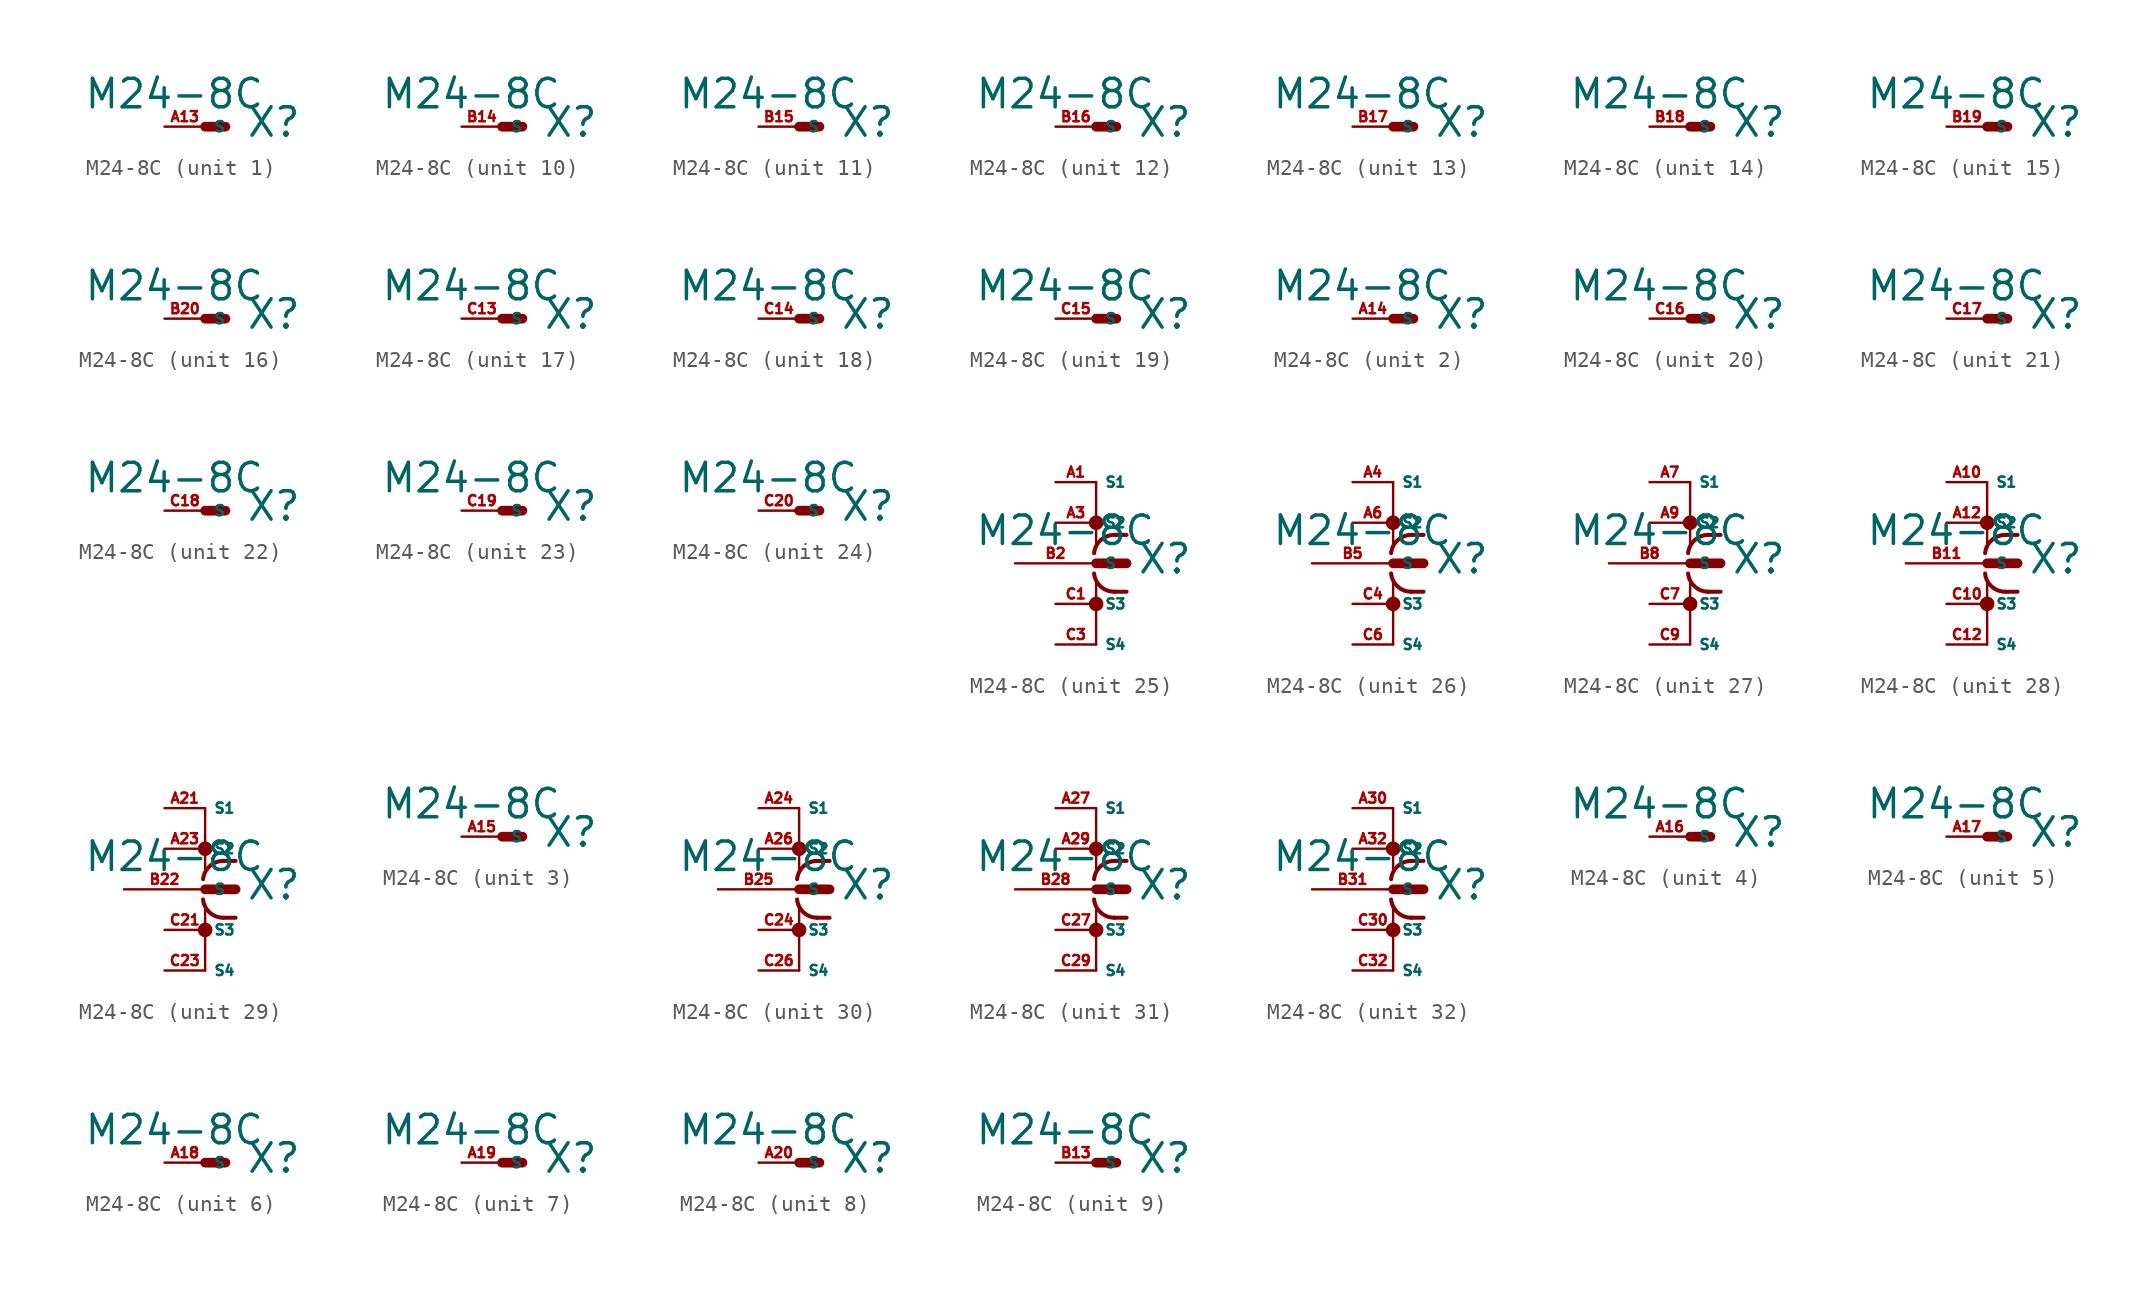
<source format=kicad_sym>
(kicad_symbol_lib
  (version 20220914)
  (generator Eagle2Kicad)
  (symbol "M24-8C"
    (property "Reference" "X"
      (at 2.54 -0.762 0)
      (effects (font (size 1.778 1.778) (thickness 0.22)) (justify left bottom)))
    (property "Value" "M24-8C"
      (at -7.62 1.016 0)
      (effects (font (size 1.778 1.778) (thickness 0.22)) (justify left bottom)))
    (symbol "M24-8C_1_0"
      (polyline (pts (xy 0 0) (xy 1.27 0)) (stroke (width 0.61) (type default)) (fill (type none)))
      (pin passive line (at -2.54 0 0) (length 2.54) (name "S" (effects (font (size 0.635 0.635) (thickness 0.08)) (justify left bottom))) (number "A13" (effects (font (size 0.635 0.635) (thickness 0.08)) (justify left bottom)))))
    (symbol "M24-8C_2_0"
      (polyline (pts (xy 0 0) (xy 1.27 0)) (stroke (width 0.61) (type default)) (fill (type none)))
      (pin passive line (at -2.54 0 0) (length 2.54) (name "S" (effects (font (size 0.635 0.635) (thickness 0.08)) (justify left bottom))) (number "A14" (effects (font (size 0.635 0.635) (thickness 0.08)) (justify left bottom)))))
    (symbol "M24-8C_3_0"
      (polyline (pts (xy 0 0) (xy 1.27 0)) (stroke (width 0.61) (type default)) (fill (type none)))
      (pin passive line (at -2.54 0 0) (length 2.54) (name "S" (effects (font (size 0.635 0.635) (thickness 0.08)) (justify left bottom))) (number "A15" (effects (font (size 0.635 0.635) (thickness 0.08)) (justify left bottom)))))
    (symbol "M24-8C_4_0"
      (polyline (pts (xy 0 0) (xy 1.27 0)) (stroke (width 0.61) (type default)) (fill (type none)))
      (pin passive line (at -2.54 0 0) (length 2.54) (name "S" (effects (font (size 0.635 0.635) (thickness 0.08)) (justify left bottom))) (number "A16" (effects (font (size 0.635 0.635) (thickness 0.08)) (justify left bottom)))))
    (symbol "M24-8C_5_0"
      (polyline (pts (xy 0 0) (xy 1.27 0)) (stroke (width 0.61) (type default)) (fill (type none)))
      (pin passive line (at -2.54 0 0) (length 2.54) (name "S" (effects (font (size 0.635 0.635) (thickness 0.08)) (justify left bottom))) (number "A17" (effects (font (size 0.635 0.635) (thickness 0.08)) (justify left bottom)))))
    (symbol "M24-8C_6_0"
      (polyline (pts (xy 0 0) (xy 1.27 0)) (stroke (width 0.61) (type default)) (fill (type none)))
      (pin passive line (at -2.54 0 0) (length 2.54) (name "S" (effects (font (size 0.635 0.635) (thickness 0.08)) (justify left bottom))) (number "A18" (effects (font (size 0.635 0.635) (thickness 0.08)) (justify left bottom)))))
    (symbol "M24-8C_7_0"
      (polyline (pts (xy 0 0) (xy 1.27 0)) (stroke (width 0.61) (type default)) (fill (type none)))
      (pin passive line (at -2.54 0 0) (length 2.54) (name "S" (effects (font (size 0.635 0.635) (thickness 0.08)) (justify left bottom))) (number "A19" (effects (font (size 0.635 0.635) (thickness 0.08)) (justify left bottom)))))
    (symbol "M24-8C_8_0"
      (polyline (pts (xy 0 0) (xy 1.27 0)) (stroke (width 0.61) (type default)) (fill (type none)))
      (pin passive line (at -2.54 0 0) (length 2.54) (name "S" (effects (font (size 0.635 0.635) (thickness 0.08)) (justify left bottom))) (number "A20" (effects (font (size 0.635 0.635) (thickness 0.08)) (justify left bottom)))))
    (symbol "M24-8C_9_0"
      (polyline (pts (xy 0 0) (xy 1.27 0)) (stroke (width 0.61) (type default)) (fill (type none)))
      (pin passive line (at -2.54 0 0) (length 2.54) (name "S" (effects (font (size 0.635 0.635) (thickness 0.08)) (justify left bottom))) (number "B13" (effects (font (size 0.635 0.635) (thickness 0.08)) (justify left bottom)))))
    (symbol "M24-8C_10_0"
      (polyline (pts (xy 0 0) (xy 1.27 0)) (stroke (width 0.61) (type default)) (fill (type none)))
      (pin passive line (at -2.54 0 0) (length 2.54) (name "S" (effects (font (size 0.635 0.635) (thickness 0.08)) (justify left bottom))) (number "B14" (effects (font (size 0.635 0.635) (thickness 0.08)) (justify left bottom)))))
    (symbol "M24-8C_11_0"
      (polyline (pts (xy 0 0) (xy 1.27 0)) (stroke (width 0.61) (type default)) (fill (type none)))
      (pin passive line (at -2.54 0 0) (length 2.54) (name "S" (effects (font (size 0.635 0.635) (thickness 0.08)) (justify left bottom))) (number "B15" (effects (font (size 0.635 0.635) (thickness 0.08)) (justify left bottom)))))
    (symbol "M24-8C_12_0"
      (polyline (pts (xy 0 0) (xy 1.27 0)) (stroke (width 0.61) (type default)) (fill (type none)))
      (pin passive line (at -2.54 0 0) (length 2.54) (name "S" (effects (font (size 0.635 0.635) (thickness 0.08)) (justify left bottom))) (number "B16" (effects (font (size 0.635 0.635) (thickness 0.08)) (justify left bottom)))))
    (symbol "M24-8C_13_0"
      (polyline (pts (xy 0 0) (xy 1.27 0)) (stroke (width 0.61) (type default)) (fill (type none)))
      (pin passive line (at -2.54 0 0) (length 2.54) (name "S" (effects (font (size 0.635 0.635) (thickness 0.08)) (justify left bottom))) (number "B17" (effects (font (size 0.635 0.635) (thickness 0.08)) (justify left bottom)))))
    (symbol "M24-8C_14_0"
      (polyline (pts (xy 0 0) (xy 1.27 0)) (stroke (width 0.61) (type default)) (fill (type none)))
      (pin passive line (at -2.54 0 0) (length 2.54) (name "S" (effects (font (size 0.635 0.635) (thickness 0.08)) (justify left bottom))) (number "B18" (effects (font (size 0.635 0.635) (thickness 0.08)) (justify left bottom)))))
    (symbol "M24-8C_15_0"
      (polyline (pts (xy 0 0) (xy 1.27 0)) (stroke (width 0.61) (type default)) (fill (type none)))
      (pin passive line (at -2.54 0 0) (length 2.54) (name "S" (effects (font (size 0.635 0.635) (thickness 0.08)) (justify left bottom))) (number "B19" (effects (font (size 0.635 0.635) (thickness 0.08)) (justify left bottom)))))
    (symbol "M24-8C_16_0"
      (polyline (pts (xy 0 0) (xy 1.27 0)) (stroke (width 0.61) (type default)) (fill (type none)))
      (pin passive line (at -2.54 0 0) (length 2.54) (name "S" (effects (font (size 0.635 0.635) (thickness 0.08)) (justify left bottom))) (number "B20" (effects (font (size 0.635 0.635) (thickness 0.08)) (justify left bottom)))))
    (symbol "M24-8C_17_0"
      (polyline (pts (xy 0 0) (xy 1.27 0)) (stroke (width 0.61) (type default)) (fill (type none)))
      (pin passive line (at -2.54 0 0) (length 2.54) (name "S" (effects (font (size 0.635 0.635) (thickness 0.08)) (justify left bottom))) (number "C13" (effects (font (size 0.635 0.635) (thickness 0.08)) (justify left bottom)))))
    (symbol "M24-8C_18_0"
      (polyline (pts (xy 0 0) (xy 1.27 0)) (stroke (width 0.61) (type default)) (fill (type none)))
      (pin passive line (at -2.54 0 0) (length 2.54) (name "S" (effects (font (size 0.635 0.635) (thickness 0.08)) (justify left bottom))) (number "C14" (effects (font (size 0.635 0.635) (thickness 0.08)) (justify left bottom)))))
    (symbol "M24-8C_19_0"
      (polyline (pts (xy 0 0) (xy 1.27 0)) (stroke (width 0.61) (type default)) (fill (type none)))
      (pin passive line (at -2.54 0 0) (length 2.54) (name "S" (effects (font (size 0.635 0.635) (thickness 0.08)) (justify left bottom))) (number "C15" (effects (font (size 0.635 0.635) (thickness 0.08)) (justify left bottom)))))
    (symbol "M24-8C_20_0"
      (polyline (pts (xy 0 0) (xy 1.27 0)) (stroke (width 0.61) (type default)) (fill (type none)))
      (pin passive line (at -2.54 0 0) (length 2.54) (name "S" (effects (font (size 0.635 0.635) (thickness 0.08)) (justify left bottom))) (number "C16" (effects (font (size 0.635 0.635) (thickness 0.08)) (justify left bottom)))))
    (symbol "M24-8C_21_0"
      (polyline (pts (xy 0 0) (xy 1.27 0)) (stroke (width 0.61) (type default)) (fill (type none)))
      (pin passive line (at -2.54 0 0) (length 2.54) (name "S" (effects (font (size 0.635 0.635) (thickness 0.08)) (justify left bottom))) (number "C17" (effects (font (size 0.635 0.635) (thickness 0.08)) (justify left bottom)))))
    (symbol "M24-8C_22_0"
      (polyline (pts (xy 0 0) (xy 1.27 0)) (stroke (width 0.61) (type default)) (fill (type none)))
      (pin passive line (at -2.54 0 0) (length 2.54) (name "S" (effects (font (size 0.635 0.635) (thickness 0.08)) (justify left bottom))) (number "C18" (effects (font (size 0.635 0.635) (thickness 0.08)) (justify left bottom)))))
    (symbol "M24-8C_23_0"
      (polyline (pts (xy 0 0) (xy 1.27 0)) (stroke (width 0.61) (type default)) (fill (type none)))
      (pin passive line (at -2.54 0 0) (length 2.54) (name "S" (effects (font (size 0.635 0.635) (thickness 0.08)) (justify left bottom))) (number "C19" (effects (font (size 0.635 0.635) (thickness 0.08)) (justify left bottom)))))
    (symbol "M24-8C_24_0"
      (polyline (pts (xy 0 0) (xy 1.27 0)) (stroke (width 0.61) (type default)) (fill (type none)))
      (pin passive line (at -2.54 0 0) (length 2.54) (name "S" (effects (font (size 0.635 0.635) (thickness 0.08)) (justify left bottom))) (number "C20" (effects (font (size 0.635 0.635) (thickness 0.08)) (justify left bottom)))))
    (symbol "M24-8C_25_0"
      (polyline (pts (xy 0 0) (xy 1.905 0)) (stroke (width 0.61) (type default)) (fill (type none)))
      (polyline (pts (xy 0 5.08) (xy 0 1.27)) (stroke (width 0.152) (type default)) (fill (type none)))
      (polyline (pts (xy 0 -5.08) (xy 0 -1.27)) (stroke (width 0.152) (type default)) (fill (type none)))
      (polyline (pts (xy 1.905 1.778) (xy 1.143 1.778)) (stroke (width 0.254) (type default)) (fill (type none)))
      (polyline (pts (xy 1.905 -1.778) (xy 1.143 -1.778)) (stroke (width 0.254) (type default)) (fill (type none)))
      (arc (start 1.143 1.778) (mid 0.287 1.452) (end -0.127 0.635) (stroke (width 0.254) (type default)) (fill (type none)))
      (arc (start -0.127 -0.635) (mid 0.287 -1.452) (end 1.143 -1.778) (stroke (width 0.254) (type default)) (fill (type none)))
      (circle (center 0 2.54) (radius 0.254) (stroke (width 0.406) (type default)) (fill (type none)))
      (circle (center 0 -2.54) (radius 0.254) (stroke (width 0.406) (type default)) (fill (type none)))
      (pin passive line (at -5.08 0 0) (length 5.08) (name "S" (effects (font (size 0.635 0.635) (thickness 0.08)) (justify left bottom))) (number "B2" (effects (font (size 0.635 0.635) (thickness 0.08)) (justify left bottom))))
      (pin passive line (at -2.54 5.08 0) (length 2.54) (name "S1" (effects (font (size 0.635 0.635) (thickness 0.08)) (justify left bottom))) (number "A1" (effects (font (size 0.635 0.635) (thickness 0.08)) (justify left bottom))))
      (pin passive line (at -2.54 2.54 0) (length 2.54) (name "S2" (effects (font (size 0.635 0.635) (thickness 0.08)) (justify left bottom))) (number "A3" (effects (font (size 0.635 0.635) (thickness 0.08)) (justify left bottom))))
      (pin passive line (at -2.54 -2.54 0) (length 2.54) (name "S3" (effects (font (size 0.635 0.635) (thickness 0.08)) (justify left bottom))) (number "C1" (effects (font (size 0.635 0.635) (thickness 0.08)) (justify left bottom))))
      (pin passive line (at -2.54 -5.08 0) (length 2.54) (name "S4" (effects (font (size 0.635 0.635) (thickness 0.08)) (justify left bottom))) (number "C3" (effects (font (size 0.635 0.635) (thickness 0.08)) (justify left bottom)))))
    (symbol "M24-8C_26_0"
      (polyline (pts (xy 0 0) (xy 1.905 0)) (stroke (width 0.61) (type default)) (fill (type none)))
      (polyline (pts (xy 0 5.08) (xy 0 1.27)) (stroke (width 0.152) (type default)) (fill (type none)))
      (polyline (pts (xy 0 -5.08) (xy 0 -1.27)) (stroke (width 0.152) (type default)) (fill (type none)))
      (polyline (pts (xy 1.905 1.778) (xy 1.143 1.778)) (stroke (width 0.254) (type default)) (fill (type none)))
      (polyline (pts (xy 1.905 -1.778) (xy 1.143 -1.778)) (stroke (width 0.254) (type default)) (fill (type none)))
      (arc (start 1.143 1.778) (mid 0.287 1.452) (end -0.127 0.635) (stroke (width 0.254) (type default)) (fill (type none)))
      (arc (start -0.127 -0.635) (mid 0.287 -1.452) (end 1.143 -1.778) (stroke (width 0.254) (type default)) (fill (type none)))
      (circle (center 0 2.54) (radius 0.254) (stroke (width 0.406) (type default)) (fill (type none)))
      (circle (center 0 -2.54) (radius 0.254) (stroke (width 0.406) (type default)) (fill (type none)))
      (pin passive line (at -5.08 0 0) (length 5.08) (name "S" (effects (font (size 0.635 0.635) (thickness 0.08)) (justify left bottom))) (number "B5" (effects (font (size 0.635 0.635) (thickness 0.08)) (justify left bottom))))
      (pin passive line (at -2.54 5.08 0) (length 2.54) (name "S1" (effects (font (size 0.635 0.635) (thickness 0.08)) (justify left bottom))) (number "A4" (effects (font (size 0.635 0.635) (thickness 0.08)) (justify left bottom))))
      (pin passive line (at -2.54 2.54 0) (length 2.54) (name "S2" (effects (font (size 0.635 0.635) (thickness 0.08)) (justify left bottom))) (number "A6" (effects (font (size 0.635 0.635) (thickness 0.08)) (justify left bottom))))
      (pin passive line (at -2.54 -2.54 0) (length 2.54) (name "S3" (effects (font (size 0.635 0.635) (thickness 0.08)) (justify left bottom))) (number "C4" (effects (font (size 0.635 0.635) (thickness 0.08)) (justify left bottom))))
      (pin passive line (at -2.54 -5.08 0) (length 2.54) (name "S4" (effects (font (size 0.635 0.635) (thickness 0.08)) (justify left bottom))) (number "C6" (effects (font (size 0.635 0.635) (thickness 0.08)) (justify left bottom)))))
    (symbol "M24-8C_27_0"
      (polyline (pts (xy 0 0) (xy 1.905 0)) (stroke (width 0.61) (type default)) (fill (type none)))
      (polyline (pts (xy 0 5.08) (xy 0 1.27)) (stroke (width 0.152) (type default)) (fill (type none)))
      (polyline (pts (xy 0 -5.08) (xy 0 -1.27)) (stroke (width 0.152) (type default)) (fill (type none)))
      (polyline (pts (xy 1.905 1.778) (xy 1.143 1.778)) (stroke (width 0.254) (type default)) (fill (type none)))
      (polyline (pts (xy 1.905 -1.778) (xy 1.143 -1.778)) (stroke (width 0.254) (type default)) (fill (type none)))
      (arc (start 1.143 1.778) (mid 0.287 1.452) (end -0.127 0.635) (stroke (width 0.254) (type default)) (fill (type none)))
      (arc (start -0.127 -0.635) (mid 0.287 -1.452) (end 1.143 -1.778) (stroke (width 0.254) (type default)) (fill (type none)))
      (circle (center 0 2.54) (radius 0.254) (stroke (width 0.406) (type default)) (fill (type none)))
      (circle (center 0 -2.54) (radius 0.254) (stroke (width 0.406) (type default)) (fill (type none)))
      (pin passive line (at -5.08 0 0) (length 5.08) (name "S" (effects (font (size 0.635 0.635) (thickness 0.08)) (justify left bottom))) (number "B8" (effects (font (size 0.635 0.635) (thickness 0.08)) (justify left bottom))))
      (pin passive line (at -2.54 5.08 0) (length 2.54) (name "S1" (effects (font (size 0.635 0.635) (thickness 0.08)) (justify left bottom))) (number "A7" (effects (font (size 0.635 0.635) (thickness 0.08)) (justify left bottom))))
      (pin passive line (at -2.54 2.54 0) (length 2.54) (name "S2" (effects (font (size 0.635 0.635) (thickness 0.08)) (justify left bottom))) (number "A9" (effects (font (size 0.635 0.635) (thickness 0.08)) (justify left bottom))))
      (pin passive line (at -2.54 -2.54 0) (length 2.54) (name "S3" (effects (font (size 0.635 0.635) (thickness 0.08)) (justify left bottom))) (number "C7" (effects (font (size 0.635 0.635) (thickness 0.08)) (justify left bottom))))
      (pin passive line (at -2.54 -5.08 0) (length 2.54) (name "S4" (effects (font (size 0.635 0.635) (thickness 0.08)) (justify left bottom))) (number "C9" (effects (font (size 0.635 0.635) (thickness 0.08)) (justify left bottom)))))
    (symbol "M24-8C_28_0"
      (polyline (pts (xy 0 0) (xy 1.905 0)) (stroke (width 0.61) (type default)) (fill (type none)))
      (polyline (pts (xy 0 5.08) (xy 0 1.27)) (stroke (width 0.152) (type default)) (fill (type none)))
      (polyline (pts (xy 0 -5.08) (xy 0 -1.27)) (stroke (width 0.152) (type default)) (fill (type none)))
      (polyline (pts (xy 1.905 1.778) (xy 1.143 1.778)) (stroke (width 0.254) (type default)) (fill (type none)))
      (polyline (pts (xy 1.905 -1.778) (xy 1.143 -1.778)) (stroke (width 0.254) (type default)) (fill (type none)))
      (arc (start 1.143 1.778) (mid 0.287 1.452) (end -0.127 0.635) (stroke (width 0.254) (type default)) (fill (type none)))
      (arc (start -0.127 -0.635) (mid 0.287 -1.452) (end 1.143 -1.778) (stroke (width 0.254) (type default)) (fill (type none)))
      (circle (center 0 2.54) (radius 0.254) (stroke (width 0.406) (type default)) (fill (type none)))
      (circle (center 0 -2.54) (radius 0.254) (stroke (width 0.406) (type default)) (fill (type none)))
      (pin passive line (at -5.08 0 0) (length 5.08) (name "S" (effects (font (size 0.635 0.635) (thickness 0.08)) (justify left bottom))) (number "B11" (effects (font (size 0.635 0.635) (thickness 0.08)) (justify left bottom))))
      (pin passive line (at -2.54 5.08 0) (length 2.54) (name "S1" (effects (font (size 0.635 0.635) (thickness 0.08)) (justify left bottom))) (number "A10" (effects (font (size 0.635 0.635) (thickness 0.08)) (justify left bottom))))
      (pin passive line (at -2.54 2.54 0) (length 2.54) (name "S2" (effects (font (size 0.635 0.635) (thickness 0.08)) (justify left bottom))) (number "A12" (effects (font (size 0.635 0.635) (thickness 0.08)) (justify left bottom))))
      (pin passive line (at -2.54 -2.54 0) (length 2.54) (name "S3" (effects (font (size 0.635 0.635) (thickness 0.08)) (justify left bottom))) (number "C10" (effects (font (size 0.635 0.635) (thickness 0.08)) (justify left bottom))))
      (pin passive line (at -2.54 -5.08 0) (length 2.54) (name "S4" (effects (font (size 0.635 0.635) (thickness 0.08)) (justify left bottom))) (number "C12" (effects (font (size 0.635 0.635) (thickness 0.08)) (justify left bottom)))))
    (symbol "M24-8C_29_0"
      (polyline (pts (xy 0 0) (xy 1.905 0)) (stroke (width 0.61) (type default)) (fill (type none)))
      (polyline (pts (xy 0 5.08) (xy 0 1.27)) (stroke (width 0.152) (type default)) (fill (type none)))
      (polyline (pts (xy 0 -5.08) (xy 0 -1.27)) (stroke (width 0.152) (type default)) (fill (type none)))
      (polyline (pts (xy 1.905 1.778) (xy 1.143 1.778)) (stroke (width 0.254) (type default)) (fill (type none)))
      (polyline (pts (xy 1.905 -1.778) (xy 1.143 -1.778)) (stroke (width 0.254) (type default)) (fill (type none)))
      (arc (start 1.143 1.778) (mid 0.287 1.452) (end -0.127 0.635) (stroke (width 0.254) (type default)) (fill (type none)))
      (arc (start -0.127 -0.635) (mid 0.287 -1.452) (end 1.143 -1.778) (stroke (width 0.254) (type default)) (fill (type none)))
      (circle (center 0 2.54) (radius 0.254) (stroke (width 0.406) (type default)) (fill (type none)))
      (circle (center 0 -2.54) (radius 0.254) (stroke (width 0.406) (type default)) (fill (type none)))
      (pin passive line (at -5.08 0 0) (length 5.08) (name "S" (effects (font (size 0.635 0.635) (thickness 0.08)) (justify left bottom))) (number "B22" (effects (font (size 0.635 0.635) (thickness 0.08)) (justify left bottom))))
      (pin passive line (at -2.54 5.08 0) (length 2.54) (name "S1" (effects (font (size 0.635 0.635) (thickness 0.08)) (justify left bottom))) (number "A21" (effects (font (size 0.635 0.635) (thickness 0.08)) (justify left bottom))))
      (pin passive line (at -2.54 2.54 0) (length 2.54) (name "S2" (effects (font (size 0.635 0.635) (thickness 0.08)) (justify left bottom))) (number "A23" (effects (font (size 0.635 0.635) (thickness 0.08)) (justify left bottom))))
      (pin passive line (at -2.54 -2.54 0) (length 2.54) (name "S3" (effects (font (size 0.635 0.635) (thickness 0.08)) (justify left bottom))) (number "C21" (effects (font (size 0.635 0.635) (thickness 0.08)) (justify left bottom))))
      (pin passive line (at -2.54 -5.08 0) (length 2.54) (name "S4" (effects (font (size 0.635 0.635) (thickness 0.08)) (justify left bottom))) (number "C23" (effects (font (size 0.635 0.635) (thickness 0.08)) (justify left bottom)))))
    (symbol "M24-8C_30_0"
      (polyline (pts (xy 0 0) (xy 1.905 0)) (stroke (width 0.61) (type default)) (fill (type none)))
      (polyline (pts (xy 0 5.08) (xy 0 1.27)) (stroke (width 0.152) (type default)) (fill (type none)))
      (polyline (pts (xy 0 -5.08) (xy 0 -1.27)) (stroke (width 0.152) (type default)) (fill (type none)))
      (polyline (pts (xy 1.905 1.778) (xy 1.143 1.778)) (stroke (width 0.254) (type default)) (fill (type none)))
      (polyline (pts (xy 1.905 -1.778) (xy 1.143 -1.778)) (stroke (width 0.254) (type default)) (fill (type none)))
      (arc (start 1.143 1.778) (mid 0.287 1.452) (end -0.127 0.635) (stroke (width 0.254) (type default)) (fill (type none)))
      (arc (start -0.127 -0.635) (mid 0.287 -1.452) (end 1.143 -1.778) (stroke (width 0.254) (type default)) (fill (type none)))
      (circle (center 0 2.54) (radius 0.254) (stroke (width 0.406) (type default)) (fill (type none)))
      (circle (center 0 -2.54) (radius 0.254) (stroke (width 0.406) (type default)) (fill (type none)))
      (pin passive line (at -5.08 0 0) (length 5.08) (name "S" (effects (font (size 0.635 0.635) (thickness 0.08)) (justify left bottom))) (number "B25" (effects (font (size 0.635 0.635) (thickness 0.08)) (justify left bottom))))
      (pin passive line (at -2.54 5.08 0) (length 2.54) (name "S1" (effects (font (size 0.635 0.635) (thickness 0.08)) (justify left bottom))) (number "A24" (effects (font (size 0.635 0.635) (thickness 0.08)) (justify left bottom))))
      (pin passive line (at -2.54 2.54 0) (length 2.54) (name "S2" (effects (font (size 0.635 0.635) (thickness 0.08)) (justify left bottom))) (number "A26" (effects (font (size 0.635 0.635) (thickness 0.08)) (justify left bottom))))
      (pin passive line (at -2.54 -2.54 0) (length 2.54) (name "S3" (effects (font (size 0.635 0.635) (thickness 0.08)) (justify left bottom))) (number "C24" (effects (font (size 0.635 0.635) (thickness 0.08)) (justify left bottom))))
      (pin passive line (at -2.54 -5.08 0) (length 2.54) (name "S4" (effects (font (size 0.635 0.635) (thickness 0.08)) (justify left bottom))) (number "C26" (effects (font (size 0.635 0.635) (thickness 0.08)) (justify left bottom)))))
    (symbol "M24-8C_31_0"
      (polyline (pts (xy 0 0) (xy 1.905 0)) (stroke (width 0.61) (type default)) (fill (type none)))
      (polyline (pts (xy 0 5.08) (xy 0 1.27)) (stroke (width 0.152) (type default)) (fill (type none)))
      (polyline (pts (xy 0 -5.08) (xy 0 -1.27)) (stroke (width 0.152) (type default)) (fill (type none)))
      (polyline (pts (xy 1.905 1.778) (xy 1.143 1.778)) (stroke (width 0.254) (type default)) (fill (type none)))
      (polyline (pts (xy 1.905 -1.778) (xy 1.143 -1.778)) (stroke (width 0.254) (type default)) (fill (type none)))
      (arc (start 1.143 1.778) (mid 0.287 1.452) (end -0.127 0.635) (stroke (width 0.254) (type default)) (fill (type none)))
      (arc (start -0.127 -0.635) (mid 0.287 -1.452) (end 1.143 -1.778) (stroke (width 0.254) (type default)) (fill (type none)))
      (circle (center 0 2.54) (radius 0.254) (stroke (width 0.406) (type default)) (fill (type none)))
      (circle (center 0 -2.54) (radius 0.254) (stroke (width 0.406) (type default)) (fill (type none)))
      (pin passive line (at -5.08 0 0) (length 5.08) (name "S" (effects (font (size 0.635 0.635) (thickness 0.08)) (justify left bottom))) (number "B28" (effects (font (size 0.635 0.635) (thickness 0.08)) (justify left bottom))))
      (pin passive line (at -2.54 5.08 0) (length 2.54) (name "S1" (effects (font (size 0.635 0.635) (thickness 0.08)) (justify left bottom))) (number "A27" (effects (font (size 0.635 0.635) (thickness 0.08)) (justify left bottom))))
      (pin passive line (at -2.54 2.54 0) (length 2.54) (name "S2" (effects (font (size 0.635 0.635) (thickness 0.08)) (justify left bottom))) (number "A29" (effects (font (size 0.635 0.635) (thickness 0.08)) (justify left bottom))))
      (pin passive line (at -2.54 -2.54 0) (length 2.54) (name "S3" (effects (font (size 0.635 0.635) (thickness 0.08)) (justify left bottom))) (number "C27" (effects (font (size 0.635 0.635) (thickness 0.08)) (justify left bottom))))
      (pin passive line (at -2.54 -5.08 0) (length 2.54) (name "S4" (effects (font (size 0.635 0.635) (thickness 0.08)) (justify left bottom))) (number "C29" (effects (font (size 0.635 0.635) (thickness 0.08)) (justify left bottom)))))
    (symbol "M24-8C_32_0"
      (polyline (pts (xy 0 0) (xy 1.905 0)) (stroke (width 0.61) (type default)) (fill (type none)))
      (polyline (pts (xy 0 5.08) (xy 0 1.27)) (stroke (width 0.152) (type default)) (fill (type none)))
      (polyline (pts (xy 0 -5.08) (xy 0 -1.27)) (stroke (width 0.152) (type default)) (fill (type none)))
      (polyline (pts (xy 1.905 1.778) (xy 1.143 1.778)) (stroke (width 0.254) (type default)) (fill (type none)))
      (polyline (pts (xy 1.905 -1.778) (xy 1.143 -1.778)) (stroke (width 0.254) (type default)) (fill (type none)))
      (arc (start 1.143 1.778) (mid 0.287 1.452) (end -0.127 0.635) (stroke (width 0.254) (type default)) (fill (type none)))
      (arc (start -0.127 -0.635) (mid 0.287 -1.452) (end 1.143 -1.778) (stroke (width 0.254) (type default)) (fill (type none)))
      (circle (center 0 2.54) (radius 0.254) (stroke (width 0.406) (type default)) (fill (type none)))
      (circle (center 0 -2.54) (radius 0.254) (stroke (width 0.406) (type default)) (fill (type none)))
      (pin passive line (at -5.08 0 0) (length 5.08) (name "S" (effects (font (size 0.635 0.635) (thickness 0.08)) (justify left bottom))) (number "B31" (effects (font (size 0.635 0.635) (thickness 0.08)) (justify left bottom))))
      (pin passive line (at -2.54 5.08 0) (length 2.54) (name "S1" (effects (font (size 0.635 0.635) (thickness 0.08)) (justify left bottom))) (number "A30" (effects (font (size 0.635 0.635) (thickness 0.08)) (justify left bottom))))
      (pin passive line (at -2.54 2.54 0) (length 2.54) (name "S2" (effects (font (size 0.635 0.635) (thickness 0.08)) (justify left bottom))) (number "A32" (effects (font (size 0.635 0.635) (thickness 0.08)) (justify left bottom))))
      (pin passive line (at -2.54 -2.54 0) (length 2.54) (name "S3" (effects (font (size 0.635 0.635) (thickness 0.08)) (justify left bottom))) (number "C30" (effects (font (size 0.635 0.635) (thickness 0.08)) (justify left bottom))))
      (pin passive line (at -2.54 -5.08 0) (length 2.54) (name "S4" (effects (font (size 0.635 0.635) (thickness 0.08)) (justify left bottom))) (number "C32" (effects (font (size 0.635 0.635) (thickness 0.08)) (justify left bottom)))))))
</source>
